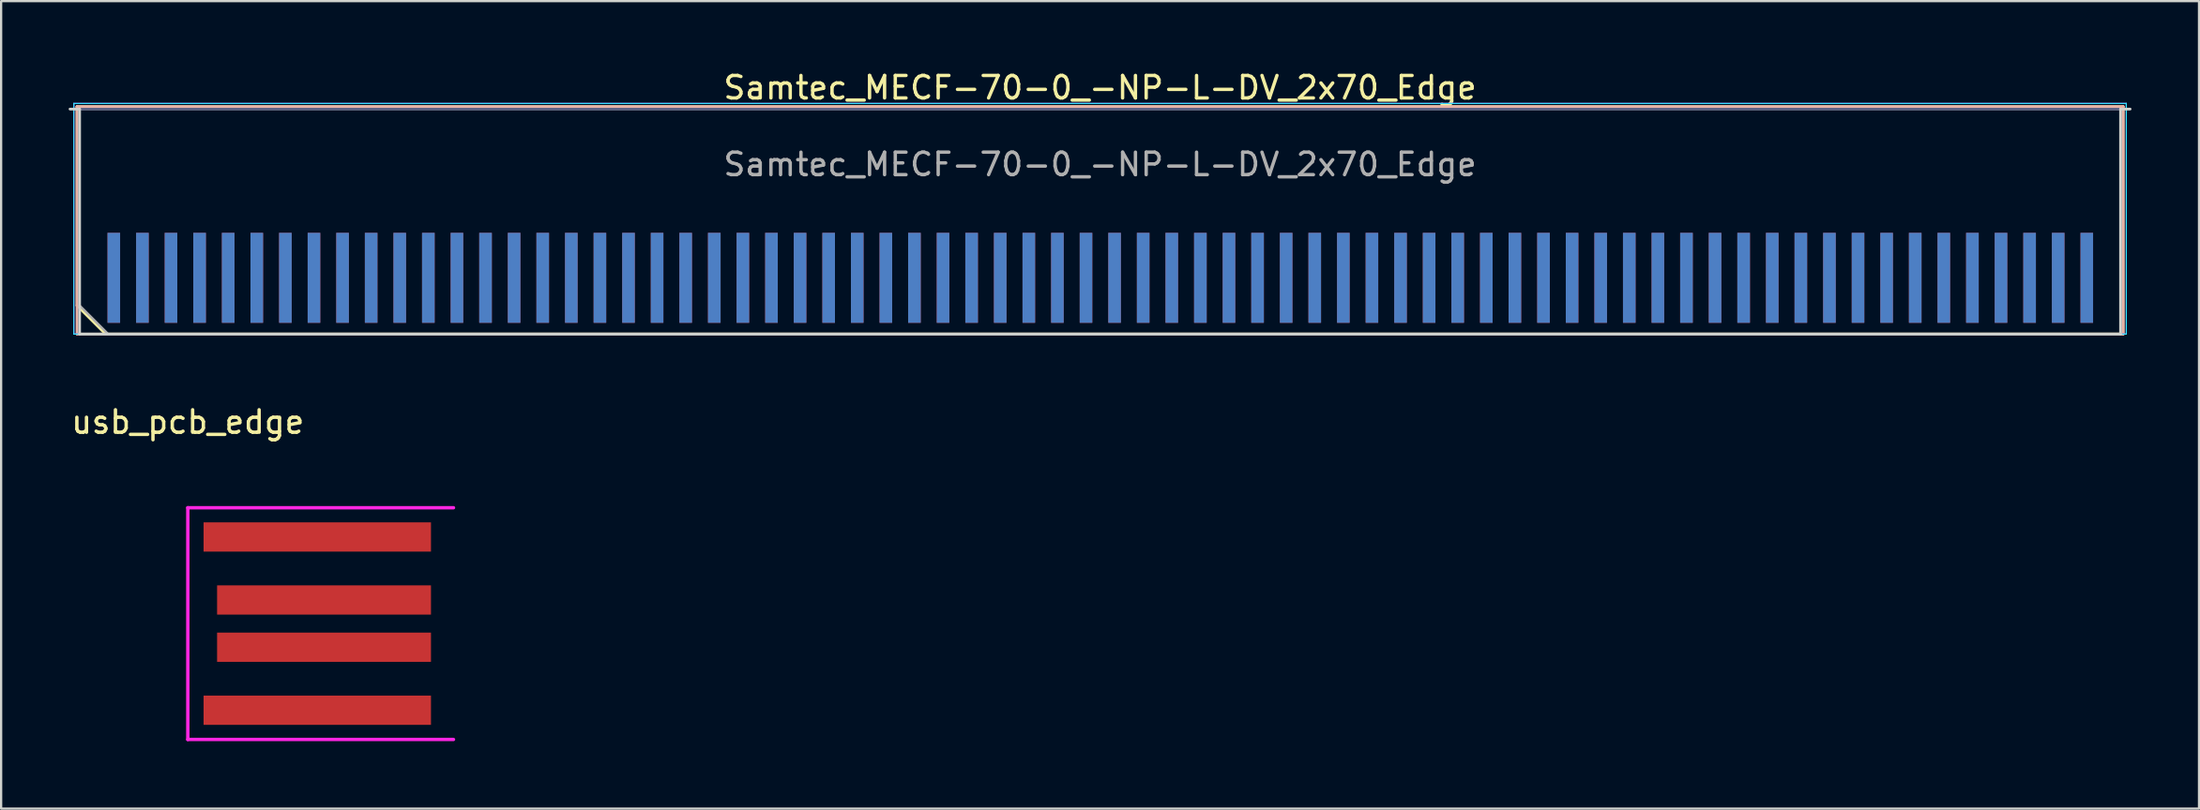
<source format=kicad_pcb>
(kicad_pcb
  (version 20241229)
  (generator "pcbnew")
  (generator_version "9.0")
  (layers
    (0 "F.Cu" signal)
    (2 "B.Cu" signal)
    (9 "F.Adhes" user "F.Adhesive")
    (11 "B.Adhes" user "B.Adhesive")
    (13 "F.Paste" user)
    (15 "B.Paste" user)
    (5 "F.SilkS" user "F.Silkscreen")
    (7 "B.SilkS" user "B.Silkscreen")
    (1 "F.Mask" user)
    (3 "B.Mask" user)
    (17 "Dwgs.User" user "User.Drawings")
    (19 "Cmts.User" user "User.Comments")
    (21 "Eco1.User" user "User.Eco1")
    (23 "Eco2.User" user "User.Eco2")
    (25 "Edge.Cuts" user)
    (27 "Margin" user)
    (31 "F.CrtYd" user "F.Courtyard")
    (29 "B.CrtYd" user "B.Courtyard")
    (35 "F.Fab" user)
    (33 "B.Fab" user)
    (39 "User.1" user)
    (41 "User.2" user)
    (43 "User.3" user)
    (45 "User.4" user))
  (footprint "usb_pcb_edge"
    (layer "F.Cu")
    (at 5.292 19.517)
    (property "Reference" "usb_pcb_edge" (at 0 -3.81 0) (layer "F.SilkS") (effects (font (size 1 1) (thickness 0.15))))
    (attr through_hole)
    (fp_line (start 0 0) (end 0 10.3) (stroke (width 0.15) (type solid)) (layer "F.CrtYd"))
    (fp_line (start 0 0) (end 11.8 0) (stroke (width 0.15) (type solid)) (layer "F.CrtYd"))
    (fp_line (start 0 10.3) (end 11.8 10.3) (stroke (width 0.15) (type solid)) (layer "F.CrtYd"))
    (pad "1" smd rect (at 5.75 9) (size 10.1 1.3) (layers "F.Cu" "F.Mask" "F.Paste"))
    (pad "2" smd rect (at 6.05 6.2) (size 9.5 1.3) (layers "F.Cu" "F.Mask" "F.Paste"))
    (pad "3" smd rect (at 6.05 4.1) (size 9.5 1.3) (layers "F.Cu" "F.Mask" "F.Paste"))
    (pad "4" smd rect (at 5.75 1.3) (size 10.1 1.3) (layers "F.Cu" "F.Mask" "F.Paste")))
  (footprint "Samtec_MECF-70-0_-NP-L-DV_2x70_Edge"
    (layer "F.Cu")
    (at 45.81 6.798)
    (property "Reference" "Samtec_MECF-70-0_-NP-L-DV_2x70_Edge" (at 0 -5.95 0) (layer "F.SilkS") (effects (font (size 1 1) (thickness 0.15))))
    (attr exclude_from_pos_files exclude_from_bom)
    (fp_line (start -45.44 -5.11) (end 45.44 -5.11) (stroke (width 0.12) (type solid)) (layer "F.SilkS"))
    (fp_line (start -45.44 3.73) (end -45.44 -5.11) (stroke (width 0.12) (type solid)) (layer "F.SilkS"))
    (fp_line (start -44.17 5) (end -45.44 3.73) (stroke (width 0.12) (type solid)) (layer "F.SilkS"))
    (fp_line (start -44.17 5) (end 45.44 5) (stroke (width 0.12) (type solid)) (layer "F.SilkS"))
    (fp_line (start 45.44 5) (end 45.44 -5.11) (stroke (width 0.12) (type solid)) (layer "F.SilkS"))
    (fp_line (start -45.44 -5.11) (end 45.44 -5.11) (stroke (width 0.12) (type solid)) (layer "B.SilkS"))
    (fp_line (start -45.44 5) (end -45.44 -5.11) (stroke (width 0.12) (type solid)) (layer "B.SilkS"))
    (fp_line (start -45.44 5) (end 45.44 5) (stroke (width 0.12) (type solid)) (layer "B.SilkS"))
    (fp_line (start 45.44 5) (end 45.44 -5.11) (stroke (width 0.12) (type solid)) (layer "B.SilkS"))
    (fp_line (start -45.75 -5) (end -45.325 -5) (stroke (width 0.12) (type solid)) (layer "Edge.Cuts"))
    (fp_line (start -45.325 5) (end -45.325 -5) (stroke (width 0.12) (type solid)) (layer "Edge.Cuts"))
    (fp_line (start -45.325 5) (end 45.325 5) (stroke (width 0.12) (type solid)) (layer "Edge.Cuts"))
    (fp_line (start 45.325 5) (end 45.325 -5) (stroke (width 0.12) (type solid)) (layer "Edge.Cuts"))
    (fp_line (start 45.75 -5) (end 45.325 -5) (stroke (width 0.12) (type solid)) (layer "Edge.Cuts"))
    (fp_line (start -45.58 -5.25) (end -45.58 5) (stroke (width 0.05) (type solid)) (layer "B.CrtYd"))
    (fp_line (start -45.58 5) (end 45.58 5) (stroke (width 0.05) (type solid)) (layer "B.CrtYd"))
    (fp_line (start 45.58 -5.25) (end -45.58 -5.25) (stroke (width 0.05) (type solid)) (layer "B.CrtYd"))
    (fp_line (start 45.58 5) (end 45.58 -5.25) (stroke (width 0.05) (type solid)) (layer "B.CrtYd"))
    (fp_line (start -45.58 -5.25) (end -45.58 5) (stroke (width 0.05) (type solid)) (layer "F.CrtYd"))
    (fp_line (start -45.58 5) (end 45.58 5) (stroke (width 0.05) (type solid)) (layer "F.CrtYd"))
    (fp_line (start 45.58 -5.25) (end -45.58 -5.25) (stroke (width 0.05) (type solid)) (layer "F.CrtYd"))
    (fp_line (start 45.58 5) (end 45.58 -5.25) (stroke (width 0.05) (type solid)) (layer "F.CrtYd"))
    (fp_line (start -45.325 -5) (end 45.325 -5) (stroke (width 0.1) (type solid)) (layer "B.Fab"))
    (fp_line (start -45.325 5) (end -45.325 -5) (stroke (width 0.1) (type solid)) (layer "B.Fab"))
    (fp_line (start -45.325 5) (end 45.325 5) (stroke (width 0.1) (type solid)) (layer "B.Fab"))
    (fp_line (start 45.325 5) (end 45.325 -5) (stroke (width 0.1) (type solid)) (layer "B.Fab"))
    (fp_line (start -45.325 -5) (end 45.325 -5) (stroke (width 0.1) (type solid)) (layer "F.Fab"))
    (fp_line (start -45.325 3.73) (end -45.325 -5) (stroke (width 0.1) (type solid)) (layer "F.Fab"))
    (fp_line (start -45.325 3.73) (end -44.055 5) (stroke (width 0.1) (type solid)) (layer "F.Fab"))
    (fp_line (start -44.055 5) (end 45.325 5) (stroke (width 0.1) (type solid)) (layer "F.Fab"))
    (fp_line (start 45.325 5) (end 45.325 -5) (stroke (width 0.1) (type solid)) (layer "F.Fab"))
    (fp_text user "${REFERENCE}" (at 0 -2.54 0) (layer "F.Fab") (effects (font (size 1 1) (thickness 0.15))))
    (pad "1" connect rect (at -43.805 2.5) (size 0.56 4) (layers "F.Cu" "F.Mask"))
    (pad "2" connect rect (at -43.805 2.5) (size 0.56 4) (layers "B.Cu" "B.Mask"))
    (pad "3" connect rect (at -42.535 2.5) (size 0.56 4) (layers "F.Cu" "F.Mask"))
    (pad "4" connect rect (at -42.535 2.5) (size 0.56 4) (layers "B.Cu" "B.Mask"))
    (pad "5" connect rect (at -41.265 2.5) (size 0.56 4) (layers "F.Cu" "F.Mask"))
    (pad "6" connect rect (at -41.265 2.5) (size 0.56 4) (layers "B.Cu" "B.Mask"))
    (pad "7" connect rect (at -39.995 2.5) (size 0.56 4) (layers "F.Cu" "F.Mask"))
    (pad "8" connect rect (at -39.995 2.5) (size 0.56 4) (layers "B.Cu" "B.Mask"))
    (pad "9" connect rect (at -38.725 2.5) (size 0.56 4) (layers "F.Cu" "F.Mask"))
    (pad "10" connect rect (at -38.725 2.5) (size 0.56 4) (layers "B.Cu" "B.Mask"))
    (pad "11" connect rect (at -37.455 2.5) (size 0.56 4) (layers "F.Cu" "F.Mask"))
    (pad "12" connect rect (at -37.455 2.5) (size 0.56 4) (layers "B.Cu" "B.Mask"))
    (pad "13" connect rect (at -36.185 2.5) (size 0.56 4) (layers "F.Cu" "F.Mask"))
    (pad "14" connect rect (at -36.185 2.5) (size 0.56 4) (layers "B.Cu" "B.Mask"))
    (pad "15" connect rect (at -34.915 2.5) (size 0.56 4) (layers "F.Cu" "F.Mask"))
    (pad "16" connect rect (at -34.915 2.5) (size 0.56 4) (layers "B.Cu" "B.Mask"))
    (pad "17" connect rect (at -33.645 2.5) (size 0.56 4) (layers "F.Cu" "F.Mask"))
    (pad "18" connect rect (at -33.645 2.5) (size 0.56 4) (layers "B.Cu" "B.Mask"))
    (pad "19" connect rect (at -32.375 2.5) (size 0.56 4) (layers "F.Cu" "F.Mask"))
    (pad "20" connect rect (at -32.375 2.5) (size 0.56 4) (layers "B.Cu" "B.Mask"))
    (pad "21" connect rect (at -31.105 2.5) (size 0.56 4) (layers "F.Cu" "F.Mask"))
    (pad "22" connect rect (at -31.105 2.5) (size 0.56 4) (layers "B.Cu" "B.Mask"))
    (pad "23" connect rect (at -29.835 2.5) (size 0.56 4) (layers "F.Cu" "F.Mask"))
    (pad "24" connect rect (at -29.835 2.5) (size 0.56 4) (layers "B.Cu" "B.Mask"))
    (pad "25" connect rect (at -28.565 2.5) (size 0.56 4) (layers "F.Cu" "F.Mask"))
    (pad "26" connect rect (at -28.565 2.5) (size 0.56 4) (layers "B.Cu" "B.Mask"))
    (pad "27" connect rect (at -27.295 2.5) (size 0.56 4) (layers "F.Cu" "F.Mask"))
    (pad "28" connect rect (at -27.295 2.5) (size 0.56 4) (layers "B.Cu" "B.Mask"))
    (pad "29" connect rect (at -26.025 2.5) (size 0.56 4) (layers "F.Cu" "F.Mask"))
    (pad "30" connect rect (at -26.025 2.5) (size 0.56 4) (layers "B.Cu" "B.Mask"))
    (pad "31" connect rect (at -24.755 2.5) (size 0.56 4) (layers "F.Cu" "F.Mask"))
    (pad "32" connect rect (at -24.755 2.5) (size 0.56 4) (layers "B.Cu" "B.Mask"))
    (pad "33" connect rect (at -23.485 2.5) (size 0.56 4) (layers "F.Cu" "F.Mask"))
    (pad "34" connect rect (at -23.485 2.5) (size 0.56 4) (layers "B.Cu" "B.Mask"))
    (pad "35" connect rect (at -22.215 2.5) (size 0.56 4) (layers "F.Cu" "F.Mask"))
    (pad "36" connect rect (at -22.215 2.5) (size 0.56 4) (layers "B.Cu" "B.Mask"))
    (pad "37" connect rect (at -20.945 2.5) (size 0.56 4) (layers "F.Cu" "F.Mask"))
    (pad "38" connect rect (at -20.945 2.5) (size 0.56 4) (layers "B.Cu" "B.Mask"))
    (pad "39" connect rect (at -19.675 2.5) (size 0.56 4) (layers "F.Cu" "F.Mask"))
    (pad "40" connect rect (at -19.675 2.5) (size 0.56 4) (layers "B.Cu" "B.Mask"))
    (pad "41" connect rect (at -18.405 2.5) (size 0.56 4) (layers "F.Cu" "F.Mask"))
    (pad "42" connect rect (at -18.405 2.5) (size 0.56 4) (layers "B.Cu" "B.Mask"))
    (pad "43" connect rect (at -17.135 2.5) (size 0.56 4) (layers "F.Cu" "F.Mask"))
    (pad "44" connect rect (at -17.135 2.5) (size 0.56 4) (layers "B.Cu" "B.Mask"))
    (pad "45" connect rect (at -15.865 2.5) (size 0.56 4) (layers "F.Cu" "F.Mask"))
    (pad "46" connect rect (at -15.865 2.5) (size 0.56 4) (layers "B.Cu" "B.Mask"))
    (pad "47" connect rect (at -14.595 2.5) (size 0.56 4) (layers "F.Cu" "F.Mask"))
    (pad "48" connect rect (at -14.595 2.5) (size 0.56 4) (layers "B.Cu" "B.Mask"))
    (pad "49" connect rect (at -13.325 2.5) (size 0.56 4) (layers "F.Cu" "F.Mask"))
    (pad "50" connect rect (at -13.325 2.5) (size 0.56 4) (layers "B.Cu" "B.Mask"))
    (pad "51" connect rect (at -12.055 2.5) (size 0.56 4) (layers "F.Cu" "F.Mask"))
    (pad "52" connect rect (at -12.055 2.5) (size 0.56 4) (layers "B.Cu" "B.Mask"))
    (pad "53" connect rect (at -10.785 2.5) (size 0.56 4) (layers "F.Cu" "F.Mask"))
    (pad "54" connect rect (at -10.785 2.5) (size 0.56 4) (layers "B.Cu" "B.Mask"))
    (pad "55" connect rect (at -9.515 2.5) (size 0.56 4) (layers "F.Cu" "F.Mask"))
    (pad "56" connect rect (at -9.515 2.5) (size 0.56 4) (layers "B.Cu" "B.Mask"))
    (pad "57" connect rect (at -8.245 2.5) (size 0.56 4) (layers "F.Cu" "F.Mask"))
    (pad "58" connect rect (at -8.245 2.5) (size 0.56 4) (layers "B.Cu" "B.Mask"))
    (pad "59" connect rect (at -6.975 2.5) (size 0.56 4) (layers "F.Cu" "F.Mask"))
    (pad "60" connect rect (at -6.975 2.5) (size 0.56 4) (layers "B.Cu" "B.Mask"))
    (pad "61" connect rect (at -5.705 2.5) (size 0.56 4) (layers "F.Cu" "F.Mask"))
    (pad "62" connect rect (at -5.705 2.5) (size 0.56 4) (layers "B.Cu" "B.Mask"))
    (pad "63" connect rect (at -4.435 2.5) (size 0.56 4) (layers "F.Cu" "F.Mask"))
    (pad "64" connect rect (at -4.435 2.5) (size 0.56 4) (layers "B.Cu" "B.Mask"))
    (pad "65" connect rect (at -3.165 2.5) (size 0.56 4) (layers "F.Cu" "F.Mask"))
    (pad "66" connect rect (at -3.165 2.5) (size 0.56 4) (layers "B.Cu" "B.Mask"))
    (pad "67" connect rect (at -1.895 2.5) (size 0.56 4) (layers "F.Cu" "F.Mask"))
    (pad "68" connect rect (at -1.895 2.5) (size 0.56 4) (layers "B.Cu" "B.Mask"))
    (pad "69" connect rect (at -0.625 2.5) (size 0.56 4) (layers "F.Cu" "F.Mask"))
    (pad "70" connect rect (at -0.625 2.5) (size 0.56 4) (layers "B.Cu" "B.Mask"))
    (pad "71" connect rect (at 0.645 2.5) (size 0.56 4) (layers "F.Cu" "F.Mask"))
    (pad "72" connect rect (at 0.645 2.5) (size 0.56 4) (layers "B.Cu" "B.Mask"))
    (pad "73" connect rect (at 1.915 2.5) (size 0.56 4) (layers "F.Cu" "F.Mask"))
    (pad "74" connect rect (at 1.915 2.5) (size 0.56 4) (layers "B.Cu" "B.Mask"))
    (pad "75" connect rect (at 3.185 2.5) (size 0.56 4) (layers "F.Cu" "F.Mask"))
    (pad "76" connect rect (at 3.185 2.5) (size 0.56 4) (layers "B.Cu" "B.Mask"))
    (pad "77" connect rect (at 4.455 2.5) (size 0.56 4) (layers "F.Cu" "F.Mask"))
    (pad "78" connect rect (at 4.455 2.5) (size 0.56 4) (layers "B.Cu" "B.Mask"))
    (pad "79" connect rect (at 5.725 2.5) (size 0.56 4) (layers "F.Cu" "F.Mask"))
    (pad "80" connect rect (at 5.725 2.5) (size 0.56 4) (layers "B.Cu" "B.Mask"))
    (pad "81" connect rect (at 6.995 2.5) (size 0.56 4) (layers "F.Cu" "F.Mask"))
    (pad "82" connect rect (at 6.995 2.5) (size 0.56 4) (layers "B.Cu" "B.Mask"))
    (pad "83" connect rect (at 8.265 2.5) (size 0.56 4) (layers "F.Cu" "F.Mask"))
    (pad "84" connect rect (at 8.265 2.5) (size 0.56 4) (layers "B.Cu" "B.Mask"))
    (pad "85" connect rect (at 9.535 2.5) (size 0.56 4) (layers "F.Cu" "F.Mask"))
    (pad "86" connect rect (at 9.535 2.5) (size 0.56 4) (layers "B.Cu" "B.Mask"))
    (pad "87" connect rect (at 10.805 2.5) (size 0.56 4) (layers "F.Cu" "F.Mask"))
    (pad "88" connect rect (at 10.805 2.5) (size 0.56 4) (layers "B.Cu" "B.Mask"))
    (pad "89" connect rect (at 12.075 2.5) (size 0.56 4) (layers "F.Cu" "F.Mask"))
    (pad "90" connect rect (at 12.075 2.5) (size 0.56 4) (layers "B.Cu" "B.Mask"))
    (pad "91" connect rect (at 13.345 2.5) (size 0.56 4) (layers "F.Cu" "F.Mask"))
    (pad "92" connect rect (at 13.345 2.5) (size 0.56 4) (layers "B.Cu" "B.Mask"))
    (pad "93" connect rect (at 14.615 2.5) (size 0.56 4) (layers "F.Cu" "F.Mask"))
    (pad "94" connect rect (at 14.615 2.5) (size 0.56 4) (layers "B.Cu" "B.Mask"))
    (pad "95" connect rect (at 15.885 2.5) (size 0.56 4) (layers "F.Cu" "F.Mask"))
    (pad "96" connect rect (at 15.885 2.5) (size 0.56 4) (layers "B.Cu" "B.Mask"))
    (pad "97" connect rect (at 17.155 2.5) (size 0.56 4) (layers "F.Cu" "F.Mask"))
    (pad "98" connect rect (at 17.155 2.5) (size 0.56 4) (layers "B.Cu" "B.Mask"))
    (pad "99" connect rect (at 18.425 2.5) (size 0.56 4) (layers "F.Cu" "F.Mask"))
    (pad "100" connect rect (at 18.425 2.5) (size 0.56 4) (layers "B.Cu" "B.Mask"))
    (pad "101" connect rect (at 19.695 2.5) (size 0.56 4) (layers "F.Cu" "F.Mask"))
    (pad "102" connect rect (at 19.695 2.5) (size 0.56 4) (layers "B.Cu" "B.Mask"))
    (pad "103" connect rect (at 20.965 2.5) (size 0.56 4) (layers "F.Cu" "F.Mask"))
    (pad "104" connect rect (at 20.965 2.5) (size 0.56 4) (layers "B.Cu" "B.Mask"))
    (pad "105" connect rect (at 22.235 2.5) (size 0.56 4) (layers "F.Cu" "F.Mask"))
    (pad "106" connect rect (at 22.235 2.5) (size 0.56 4) (layers "B.Cu" "B.Mask"))
    (pad "107" connect rect (at 23.505 2.5) (size 0.56 4) (layers "F.Cu" "F.Mask"))
    (pad "108" connect rect (at 23.505 2.5) (size 0.56 4) (layers "B.Cu" "B.Mask"))
    (pad "109" connect rect (at 24.775 2.5) (size 0.56 4) (layers "F.Cu" "F.Mask"))
    (pad "110" connect rect (at 24.775 2.5) (size 0.56 4) (layers "B.Cu" "B.Mask"))
    (pad "111" connect rect (at 26.045 2.5) (size 0.56 4) (layers "F.Cu" "F.Mask"))
    (pad "112" connect rect (at 26.045 2.5) (size 0.56 4) (layers "B.Cu" "B.Mask"))
    (pad "113" connect rect (at 27.315 2.5) (size 0.56 4) (layers "F.Cu" "F.Mask"))
    (pad "114" connect rect (at 27.315 2.5) (size 0.56 4) (layers "B.Cu" "B.Mask"))
    (pad "115" connect rect (at 28.585 2.5) (size 0.56 4) (layers "F.Cu" "F.Mask"))
    (pad "116" connect rect (at 28.585 2.5) (size 0.56 4) (layers "B.Cu" "B.Mask"))
    (pad "117" connect rect (at 29.855 2.5) (size 0.56 4) (layers "F.Cu" "F.Mask"))
    (pad "118" connect rect (at 29.855 2.5) (size 0.56 4) (layers "B.Cu" "B.Mask"))
    (pad "119" connect rect (at 31.125 2.5) (size 0.56 4) (layers "F.Cu" "F.Mask"))
    (pad "120" connect rect (at 31.125 2.5) (size 0.56 4) (layers "B.Cu" "B.Mask"))
    (pad "121" connect rect (at 32.395 2.5) (size 0.56 4) (layers "F.Cu" "F.Mask"))
    (pad "122" connect rect (at 32.395 2.5) (size 0.56 4) (layers "B.Cu" "B.Mask"))
    (pad "123" connect rect (at 33.665 2.5) (size 0.56 4) (layers "F.Cu" "F.Mask"))
    (pad "124" connect rect (at 33.665 2.5) (size 0.56 4) (layers "B.Cu" "B.Mask"))
    (pad "125" connect rect (at 34.935 2.5) (size 0.56 4) (layers "F.Cu" "F.Mask"))
    (pad "126" connect rect (at 34.935 2.5) (size 0.56 4) (layers "B.Cu" "B.Mask"))
    (pad "127" connect rect (at 36.205 2.5) (size 0.56 4) (layers "F.Cu" "F.Mask"))
    (pad "128" connect rect (at 36.205 2.5) (size 0.56 4) (layers "B.Cu" "B.Mask"))
    (pad "129" connect rect (at 37.475 2.5) (size 0.56 4) (layers "F.Cu" "F.Mask"))
    (pad "130" connect rect (at 37.475 2.5) (size 0.56 4) (layers "B.Cu" "B.Mask"))
    (pad "131" connect rect (at 38.745 2.5) (size 0.56 4) (layers "F.Cu" "F.Mask"))
    (pad "132" connect rect (at 38.745 2.5) (size 0.56 4) (layers "B.Cu" "B.Mask"))
    (pad "133" connect rect (at 40.015 2.5) (size 0.56 4) (layers "F.Cu" "F.Mask"))
    (pad "134" connect rect (at 40.015 2.5) (size 0.56 4) (layers "B.Cu" "B.Mask"))
    (pad "135" connect rect (at 41.285 2.5) (size 0.56 4) (layers "F.Cu" "F.Mask"))
    (pad "136" connect rect (at 41.285 2.5) (size 0.56 4) (layers "B.Cu" "B.Mask"))
    (pad "137" connect rect (at 42.555 2.5) (size 0.56 4) (layers "F.Cu" "F.Mask"))
    (pad "138" connect rect (at 42.555 2.5) (size 0.56 4) (layers "B.Cu" "B.Mask"))
    (pad "139" connect rect (at 43.825 2.5) (size 0.56 4) (layers "F.Cu" "F.Mask"))
    (pad "140" connect rect (at 43.825 2.5) (size 0.56 4) (layers "B.Cu" "B.Mask")))
  (gr_rect
    (start -3 -3)
    (end 94.62 32.892)
    (stroke (width 0.1) (type default))
    (fill no)
    (layer "Edge.Cuts")))
</source>
